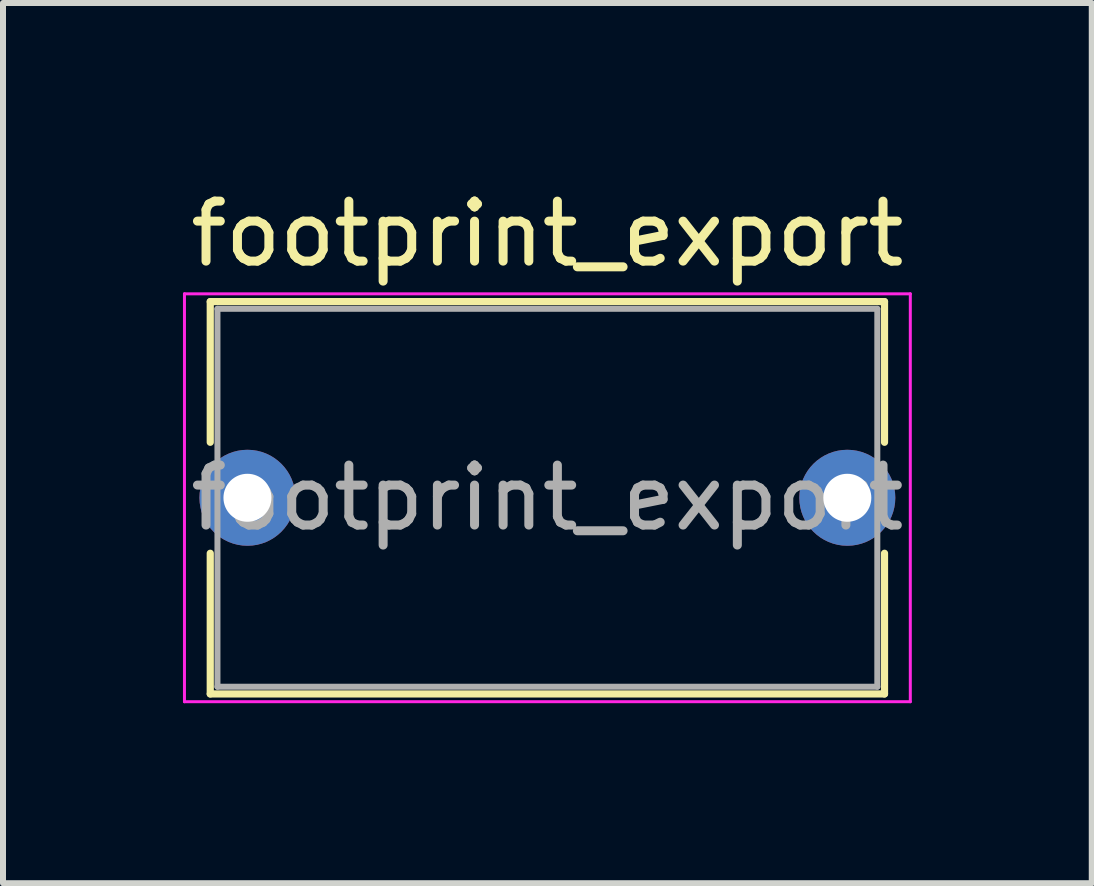
<source format=kicad_pcb>
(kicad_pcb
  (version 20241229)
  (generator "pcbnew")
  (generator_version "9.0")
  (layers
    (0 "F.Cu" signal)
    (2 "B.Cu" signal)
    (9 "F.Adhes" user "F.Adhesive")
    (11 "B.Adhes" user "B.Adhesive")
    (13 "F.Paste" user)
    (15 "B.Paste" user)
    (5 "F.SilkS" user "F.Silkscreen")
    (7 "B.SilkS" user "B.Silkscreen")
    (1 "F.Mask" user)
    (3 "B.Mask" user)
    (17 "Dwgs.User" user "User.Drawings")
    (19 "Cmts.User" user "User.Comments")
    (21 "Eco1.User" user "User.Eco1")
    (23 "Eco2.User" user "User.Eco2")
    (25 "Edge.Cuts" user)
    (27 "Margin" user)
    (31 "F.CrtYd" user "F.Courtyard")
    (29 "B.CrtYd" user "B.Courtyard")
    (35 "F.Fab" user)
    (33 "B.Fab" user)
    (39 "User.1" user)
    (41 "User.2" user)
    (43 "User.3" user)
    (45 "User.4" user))
  (footprint "footprint_export"
    (layer "F.Cu")
    (at 1.075 5.248)
    (property "Reference" "footprint_export" (at 5 -4.4 0) (layer "F.SilkS") (effects (font (size 1 1) (thickness 0.15))))
    (attr through_hole)
    (fp_line (start -0.62 -3.27) (end -0.62 -0.925) (stroke (width 0.12) (type solid)) (layer "F.SilkS"))
    (fp_line (start -0.62 -3.27) (end 10.62 -3.27) (stroke (width 0.12) (type solid)) (layer "F.SilkS"))
    (fp_line (start -0.62 0.925) (end -0.62 3.27) (stroke (width 0.12) (type solid)) (layer "F.SilkS"))
    (fp_line (start -0.62 3.27) (end 10.62 3.27) (stroke (width 0.12) (type solid)) (layer "F.SilkS"))
    (fp_line (start 10.62 -3.27) (end 10.62 -0.925) (stroke (width 0.12) (type solid)) (layer "F.SilkS"))
    (fp_line (start 10.62 0.925) (end 10.62 3.27) (stroke (width 0.12) (type solid)) (layer "F.SilkS"))
    (fp_line (start -1.05 -3.4) (end -1.05 3.4) (stroke (width 0.05) (type solid)) (layer "F.CrtYd"))
    (fp_line (start -1.05 3.4) (end 11.05 3.4) (stroke (width 0.05) (type solid)) (layer "F.CrtYd"))
    (fp_line (start 11.05 -3.4) (end -1.05 -3.4) (stroke (width 0.05) (type solid)) (layer "F.CrtYd"))
    (fp_line (start 11.05 3.4) (end 11.05 -3.4) (stroke (width 0.05) (type solid)) (layer "F.CrtYd"))
    (fp_line (start -0.5 -3.15) (end -0.5 3.15) (stroke (width 0.1) (type solid)) (layer "F.Fab"))
    (fp_line (start -0.5 3.15) (end 10.5 3.15) (stroke (width 0.1) (type solid)) (layer "F.Fab"))
    (fp_line (start 10.5 -3.15) (end -0.5 -3.15) (stroke (width 0.1) (type solid)) (layer "F.Fab"))
    (fp_line (start 10.5 3.15) (end 10.5 -3.15) (stroke (width 0.1) (type solid)) (layer "F.Fab"))
    (fp_text user "${REFERENCE}" (at 5 0 0) (layer "F.Fab") (effects (font (size 1 1) (thickness 0.15))))
    (pad "1" thru_hole circle (at 0 0) (size 1.6 1.6) (drill 0.8) (layers "*.Cu" "*.Mask"))
    (pad "2" thru_hole circle (at 10 0) (size 1.6 1.6) (drill 0.8) (layers "*.Cu" "*.Mask")))
  (gr_rect
    (start -3 -3)
    (end 15.15 11.673)
    (stroke (width 0.1) (type default))
    (fill no)
    (layer "Edge.Cuts")))
</source>
